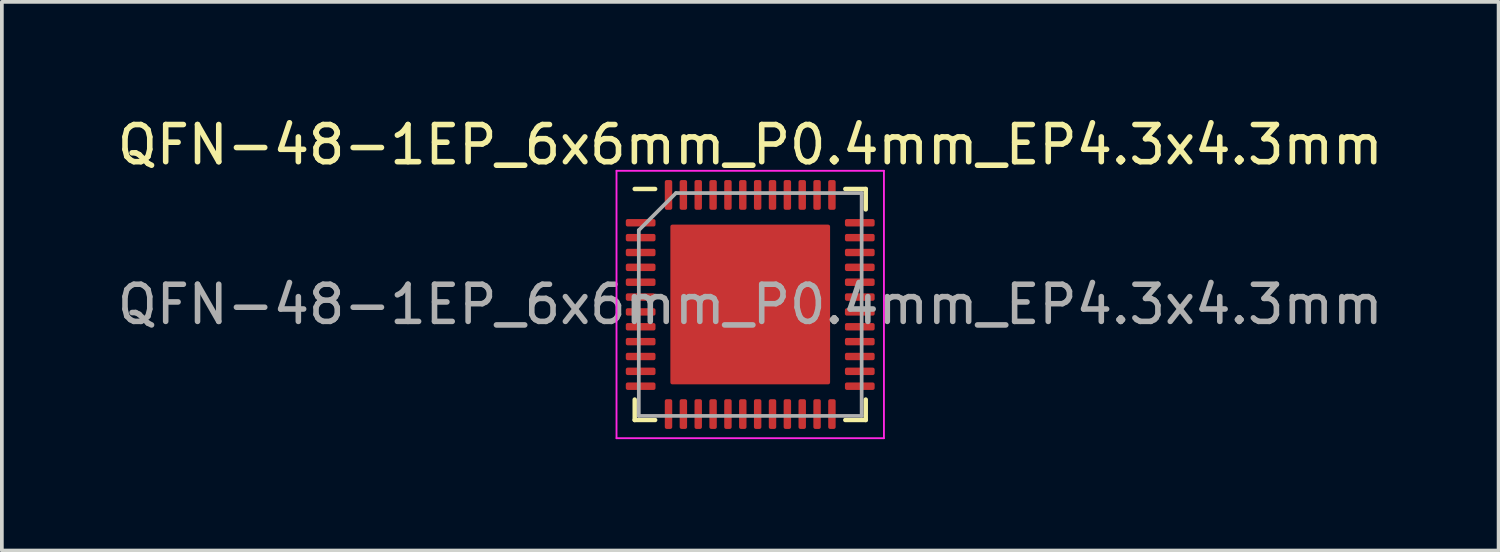
<source format=kicad_pcb>
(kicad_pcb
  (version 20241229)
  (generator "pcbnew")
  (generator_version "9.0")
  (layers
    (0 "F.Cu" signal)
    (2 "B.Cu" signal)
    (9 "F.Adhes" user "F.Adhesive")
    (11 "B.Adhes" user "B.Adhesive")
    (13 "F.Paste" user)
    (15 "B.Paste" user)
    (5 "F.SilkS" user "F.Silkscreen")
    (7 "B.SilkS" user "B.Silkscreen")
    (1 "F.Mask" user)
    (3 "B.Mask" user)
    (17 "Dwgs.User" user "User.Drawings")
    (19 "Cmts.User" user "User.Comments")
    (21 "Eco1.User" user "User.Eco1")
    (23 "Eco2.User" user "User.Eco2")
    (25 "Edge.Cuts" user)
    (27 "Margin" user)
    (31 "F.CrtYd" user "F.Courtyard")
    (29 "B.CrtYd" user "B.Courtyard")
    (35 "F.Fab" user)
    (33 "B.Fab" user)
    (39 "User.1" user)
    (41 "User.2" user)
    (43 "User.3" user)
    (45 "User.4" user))
  (footprint "QFN-48-1EP_6x6mm_P0.4mm_EP4.3x4.3mm"
    (layer "F.Cu")
    (at 17.149 5.148)
    (property "Reference" "QFN-48-1EP_6x6mm_P0.4mm_EP4.3x4.3mm" (at 0 -4.3 0) (layer "F.SilkS") (effects (font (size 1 1) (thickness 0.15))))
    (attr smd)
    (fp_line (start -3.11 3.11) (end -3.11 2.56) (stroke (width 0.12) (type solid)) (layer "F.SilkS"))
    (fp_line (start -2.56 -3.11) (end -3.11 -3.11) (stroke (width 0.12) (type solid)) (layer "F.SilkS"))
    (fp_line (start -2.56 3.11) (end -3.11 3.11) (stroke (width 0.12) (type solid)) (layer "F.SilkS"))
    (fp_line (start 2.56 -3.11) (end 3.11 -3.11) (stroke (width 0.12) (type solid)) (layer "F.SilkS"))
    (fp_line (start 2.56 3.11) (end 3.11 3.11) (stroke (width 0.12) (type solid)) (layer "F.SilkS"))
    (fp_line (start 3.11 -3.11) (end 3.11 -2.56) (stroke (width 0.12) (type solid)) (layer "F.SilkS"))
    (fp_line (start 3.11 3.11) (end 3.11 2.56) (stroke (width 0.12) (type solid)) (layer "F.SilkS"))
    (fp_line (start -3.6 -3.6) (end -3.6 3.6) (stroke (width 0.05) (type solid)) (layer "F.CrtYd"))
    (fp_line (start -3.6 3.6) (end 3.6 3.6) (stroke (width 0.05) (type solid)) (layer "F.CrtYd"))
    (fp_line (start 3.6 -3.6) (end -3.6 -3.6) (stroke (width 0.05) (type solid)) (layer "F.CrtYd"))
    (fp_line (start 3.6 3.6) (end 3.6 -3.6) (stroke (width 0.05) (type solid)) (layer "F.CrtYd"))
    (fp_line (start -3 -2) (end -2 -3) (stroke (width 0.1) (type solid)) (layer "F.Fab"))
    (fp_line (start -3 3) (end -3 -2) (stroke (width 0.1) (type solid)) (layer "F.Fab"))
    (fp_line (start -2 -3) (end 3 -3) (stroke (width 0.1) (type solid)) (layer "F.Fab"))
    (fp_line (start 3 -3) (end 3 3) (stroke (width 0.1) (type solid)) (layer "F.Fab"))
    (fp_line (start 3 3) (end -3 3) (stroke (width 0.1) (type solid)) (layer "F.Fab"))
    (fp_text user "${REFERENCE}" (at 0 0 0) (layer "F.Fab") (effects (font (size 1 1) (thickness 0.15))))
    (pad "" smd roundrect (at -1.43 -1.43) (size 1.16 1.16) (layers "F.Paste") (roundrect_rratio 0.216))
    (pad "" smd roundrect (at -1.43 0) (size 1.16 1.16) (layers "F.Paste") (roundrect_rratio 0.216))
    (pad "" smd roundrect (at -1.43 1.43) (size 1.16 1.16) (layers "F.Paste") (roundrect_rratio 0.216))
    (pad "" smd roundrect (at 0 -1.43) (size 1.16 1.16) (layers "F.Paste") (roundrect_rratio 0.216))
    (pad "" smd roundrect (at 0 0) (size 1.16 1.16) (layers "F.Paste") (roundrect_rratio 0.216))
    (pad "" smd roundrect (at 0 1.43) (size 1.16 1.16) (layers "F.Paste") (roundrect_rratio 0.216))
    (pad "" smd roundrect (at 1.43 -1.43) (size 1.16 1.16) (layers "F.Paste") (roundrect_rratio 0.216))
    (pad "" smd roundrect (at 1.43 0) (size 1.16 1.16) (layers "F.Paste") (roundrect_rratio 0.216))
    (pad "" smd roundrect (at 1.43 1.43) (size 1.16 1.16) (layers "F.Paste") (roundrect_rratio 0.216))
    (pad "1" smd roundrect (at -2.95 -2.2) (size 0.8 0.2) (layers "F.Cu" "F.Mask" "F.Paste") (roundrect_rratio 0.25))
    (pad "2" smd roundrect (at -2.95 -1.8) (size 0.8 0.2) (layers "F.Cu" "F.Mask" "F.Paste") (roundrect_rratio 0.25))
    (pad "3" smd roundrect (at -2.95 -1.4) (size 0.8 0.2) (layers "F.Cu" "F.Mask" "F.Paste") (roundrect_rratio 0.25))
    (pad "4" smd roundrect (at -2.95 -1) (size 0.8 0.2) (layers "F.Cu" "F.Mask" "F.Paste") (roundrect_rratio 0.25))
    (pad "5" smd roundrect (at -2.95 -0.6) (size 0.8 0.2) (layers "F.Cu" "F.Mask" "F.Paste") (roundrect_rratio 0.25))
    (pad "6" smd roundrect (at -2.95 -0.2) (size 0.8 0.2) (layers "F.Cu" "F.Mask" "F.Paste") (roundrect_rratio 0.25))
    (pad "7" smd roundrect (at -2.95 0.2) (size 0.8 0.2) (layers "F.Cu" "F.Mask" "F.Paste") (roundrect_rratio 0.25))
    (pad "8" smd roundrect (at -2.95 0.6) (size 0.8 0.2) (layers "F.Cu" "F.Mask" "F.Paste") (roundrect_rratio 0.25))
    (pad "9" smd roundrect (at -2.95 1) (size 0.8 0.2) (layers "F.Cu" "F.Mask" "F.Paste") (roundrect_rratio 0.25))
    (pad "10" smd roundrect (at -2.95 1.4) (size 0.8 0.2) (layers "F.Cu" "F.Mask" "F.Paste") (roundrect_rratio 0.25))
    (pad "11" smd roundrect (at -2.95 1.8) (size 0.8 0.2) (layers "F.Cu" "F.Mask" "F.Paste") (roundrect_rratio 0.25))
    (pad "12" smd roundrect (at -2.95 2.2) (size 0.8 0.2) (layers "F.Cu" "F.Mask" "F.Paste") (roundrect_rratio 0.25))
    (pad "13" smd roundrect (at -2.2 2.95) (size 0.2 0.8) (layers "F.Cu" "F.Mask" "F.Paste") (roundrect_rratio 0.25))
    (pad "14" smd roundrect (at -1.8 2.95) (size 0.2 0.8) (layers "F.Cu" "F.Mask" "F.Paste") (roundrect_rratio 0.25))
    (pad "15" smd roundrect (at -1.4 2.95) (size 0.2 0.8) (layers "F.Cu" "F.Mask" "F.Paste") (roundrect_rratio 0.25))
    (pad "16" smd roundrect (at -1 2.95) (size 0.2 0.8) (layers "F.Cu" "F.Mask" "F.Paste") (roundrect_rratio 0.25))
    (pad "17" smd roundrect (at -0.6 2.95) (size 0.2 0.8) (layers "F.Cu" "F.Mask" "F.Paste") (roundrect_rratio 0.25))
    (pad "18" smd roundrect (at -0.2 2.95) (size 0.2 0.8) (layers "F.Cu" "F.Mask" "F.Paste") (roundrect_rratio 0.25))
    (pad "19" smd roundrect (at 0.2 2.95) (size 0.2 0.8) (layers "F.Cu" "F.Mask" "F.Paste") (roundrect_rratio 0.25))
    (pad "20" smd roundrect (at 0.6 2.95) (size 0.2 0.8) (layers "F.Cu" "F.Mask" "F.Paste") (roundrect_rratio 0.25))
    (pad "21" smd roundrect (at 1 2.95) (size 0.2 0.8) (layers "F.Cu" "F.Mask" "F.Paste") (roundrect_rratio 0.25))
    (pad "22" smd roundrect (at 1.4 2.95) (size 0.2 0.8) (layers "F.Cu" "F.Mask" "F.Paste") (roundrect_rratio 0.25))
    (pad "23" smd roundrect (at 1.8 2.95) (size 0.2 0.8) (layers "F.Cu" "F.Mask" "F.Paste") (roundrect_rratio 0.25))
    (pad "24" smd roundrect (at 2.2 2.95) (size 0.2 0.8) (layers "F.Cu" "F.Mask" "F.Paste") (roundrect_rratio 0.25))
    (pad "25" smd roundrect (at 2.95 2.2) (size 0.8 0.2) (layers "F.Cu" "F.Mask" "F.Paste") (roundrect_rratio 0.25))
    (pad "26" smd roundrect (at 2.95 1.8) (size 0.8 0.2) (layers "F.Cu" "F.Mask" "F.Paste") (roundrect_rratio 0.25))
    (pad "27" smd roundrect (at 2.95 1.4) (size 0.8 0.2) (layers "F.Cu" "F.Mask" "F.Paste") (roundrect_rratio 0.25))
    (pad "28" smd roundrect (at 2.95 1) (size 0.8 0.2) (layers "F.Cu" "F.Mask" "F.Paste") (roundrect_rratio 0.25))
    (pad "29" smd roundrect (at 2.95 0.6) (size 0.8 0.2) (layers "F.Cu" "F.Mask" "F.Paste") (roundrect_rratio 0.25))
    (pad "30" smd roundrect (at 2.95 0.2) (size 0.8 0.2) (layers "F.Cu" "F.Mask" "F.Paste") (roundrect_rratio 0.25))
    (pad "31" smd roundrect (at 2.95 -0.2) (size 0.8 0.2) (layers "F.Cu" "F.Mask" "F.Paste") (roundrect_rratio 0.25))
    (pad "32" smd roundrect (at 2.95 -0.6) (size 0.8 0.2) (layers "F.Cu" "F.Mask" "F.Paste") (roundrect_rratio 0.25))
    (pad "33" smd roundrect (at 2.95 -1) (size 0.8 0.2) (layers "F.Cu" "F.Mask" "F.Paste") (roundrect_rratio 0.25))
    (pad "34" smd roundrect (at 2.95 -1.4) (size 0.8 0.2) (layers "F.Cu" "F.Mask" "F.Paste") (roundrect_rratio 0.25))
    (pad "35" smd roundrect (at 2.95 -1.8) (size 0.8 0.2) (layers "F.Cu" "F.Mask" "F.Paste") (roundrect_rratio 0.25))
    (pad "36" smd roundrect (at 2.95 -2.2) (size 0.8 0.2) (layers "F.Cu" "F.Mask" "F.Paste") (roundrect_rratio 0.25))
    (pad "37" smd roundrect (at 2.2 -2.95) (size 0.2 0.8) (layers "F.Cu" "F.Mask" "F.Paste") (roundrect_rratio 0.25))
    (pad "38" smd roundrect (at 1.8 -2.95) (size 0.2 0.8) (layers "F.Cu" "F.Mask" "F.Paste") (roundrect_rratio 0.25))
    (pad "39" smd roundrect (at 1.4 -2.95) (size 0.2 0.8) (layers "F.Cu" "F.Mask" "F.Paste") (roundrect_rratio 0.25))
    (pad "40" smd roundrect (at 1 -2.95) (size 0.2 0.8) (layers "F.Cu" "F.Mask" "F.Paste") (roundrect_rratio 0.25))
    (pad "41" smd roundrect (at 0.6 -2.95) (size 0.2 0.8) (layers "F.Cu" "F.Mask" "F.Paste") (roundrect_rratio 0.25))
    (pad "42" smd roundrect (at 0.2 -2.95) (size 0.2 0.8) (layers "F.Cu" "F.Mask" "F.Paste") (roundrect_rratio 0.25))
    (pad "43" smd roundrect (at -0.2 -2.95) (size 0.2 0.8) (layers "F.Cu" "F.Mask" "F.Paste") (roundrect_rratio 0.25))
    (pad "44" smd roundrect (at -0.6 -2.95) (size 0.2 0.8) (layers "F.Cu" "F.Mask" "F.Paste") (roundrect_rratio 0.25))
    (pad "45" smd roundrect (at -1 -2.95) (size 0.2 0.8) (layers "F.Cu" "F.Mask" "F.Paste") (roundrect_rratio 0.25))
    (pad "46" smd roundrect (at -1.4 -2.95) (size 0.2 0.8) (layers "F.Cu" "F.Mask" "F.Paste") (roundrect_rratio 0.25))
    (pad "47" smd roundrect (at -1.8 -2.95) (size 0.2 0.8) (layers "F.Cu" "F.Mask" "F.Paste") (roundrect_rratio 0.25))
    (pad "48" smd roundrect (at -2.2 -2.95) (size 0.2 0.8) (layers "F.Cu" "F.Mask" "F.Paste") (roundrect_rratio 0.25))
    (pad "49" smd roundrect (at 0 0) (size 4.3 4.3) (layers "F.Cu" "F.Mask") (roundrect_rratio 0.012)))
  (gr_rect
    (start -3 -3)
    (end 37.298 11.773)
    (stroke (width 0.1) (type default))
    (fill no)
    (layer "Edge.Cuts")))
</source>
